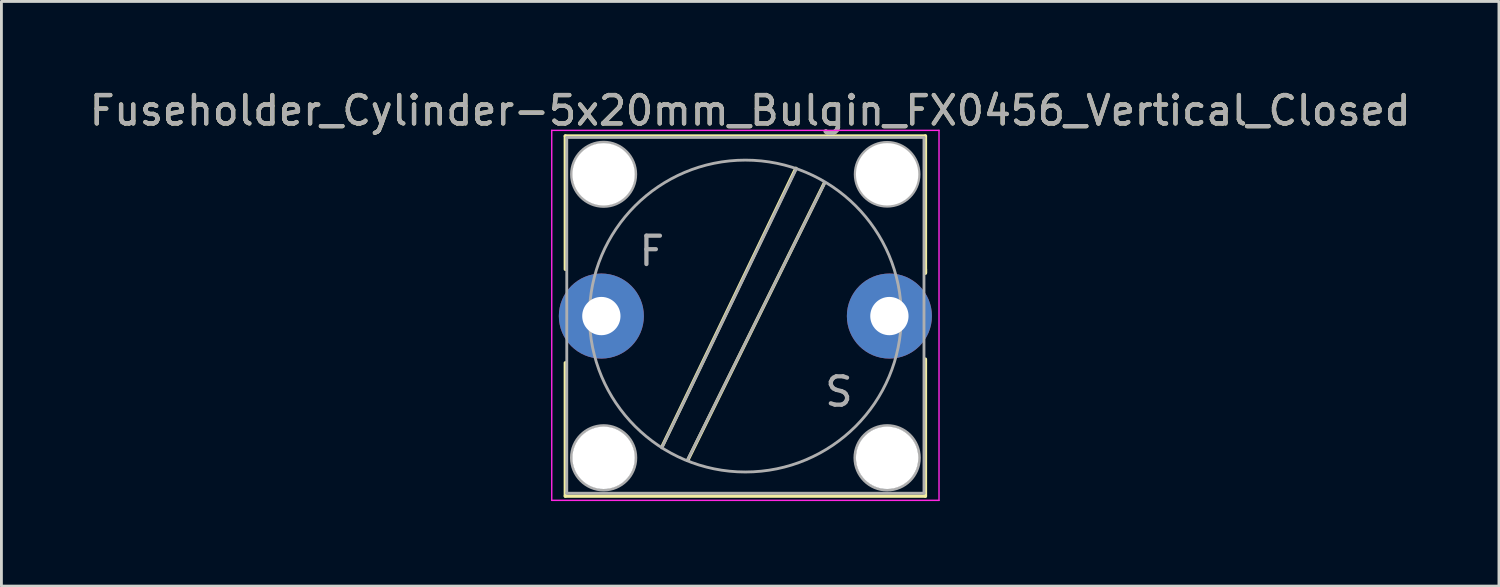
<source format=kicad_pcb>
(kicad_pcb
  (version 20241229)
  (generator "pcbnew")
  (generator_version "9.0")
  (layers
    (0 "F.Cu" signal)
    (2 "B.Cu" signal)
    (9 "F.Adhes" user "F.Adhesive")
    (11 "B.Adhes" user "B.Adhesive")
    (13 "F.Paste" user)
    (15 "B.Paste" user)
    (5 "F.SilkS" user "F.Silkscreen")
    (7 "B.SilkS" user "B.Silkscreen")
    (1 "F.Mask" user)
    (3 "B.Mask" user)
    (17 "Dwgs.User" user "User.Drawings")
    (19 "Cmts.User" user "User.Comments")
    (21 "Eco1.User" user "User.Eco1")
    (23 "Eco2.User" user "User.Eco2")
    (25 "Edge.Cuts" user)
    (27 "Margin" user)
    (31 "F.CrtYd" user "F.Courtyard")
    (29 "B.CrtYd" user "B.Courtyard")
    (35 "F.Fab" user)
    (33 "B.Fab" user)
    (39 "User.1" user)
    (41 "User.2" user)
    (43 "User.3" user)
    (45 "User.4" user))
  (footprint "Fuseholder_Cylinder-5x20mm_Bulgin_FX0456_Vertical_Closed"
    (layer "F.Cu")
    (at 18.161 8.098)
    (property "Reference" "Fuseholder_Cylinder-5x20mm_Bulgin_FX0456_Vertical_Closed" (at 5.25 -7.25 0) (layer "F.SilkS") (effects (font (size 1 1) (thickness 0.15))))
    (attr through_hole)
    (fp_line (start -1.27 -6.35) (end -1.27 -1.65) (stroke (width 0.12) (type solid)) (layer "F.SilkS"))
    (fp_line (start -1.27 6.35) (end -1.27 1.65) (stroke (width 0.12) (type solid)) (layer "F.SilkS"))
    (fp_line (start -1.27 6.35) (end 11.43 6.35) (stroke (width 0.12) (type solid)) (layer "F.SilkS"))
    (fp_line (start 6.86 -5.21) (end 2.16 4.57) (stroke (width 0.12) (type solid)) (layer "F.SilkS"))
    (fp_line (start 7.87 -4.7) (end 3.05 5.08) (stroke (width 0.12) (type solid)) (layer "F.SilkS"))
    (fp_line (start 11.43 -6.35) (end -1.27 -6.35) (stroke (width 0.12) (type solid)) (layer "F.SilkS"))
    (fp_line (start 11.43 -6.35) (end 11.43 -1.52) (stroke (width 0.12) (type solid)) (layer "F.SilkS"))
    (fp_line (start 11.43 -1.52) (end 11.43 -1.65) (stroke (width 0.12) (type solid)) (layer "F.SilkS"))
    (fp_line (start 11.43 6.35) (end 11.43 1.52) (stroke (width 0.12) (type solid)) (layer "F.SilkS"))
    (fp_line (start -1.75 -6.55) (end -1.75 6.5) (stroke (width 0.05) (type solid)) (layer "F.CrtYd"))
    (fp_line (start -1.75 -6.55) (end 11.91 -6.55) (stroke (width 0.05) (type solid)) (layer "F.CrtYd"))
    (fp_line (start 11.91 6.5) (end -1.75 6.5) (stroke (width 0.05) (type solid)) (layer "F.CrtYd"))
    (fp_line (start 11.91 6.5) (end 11.91 -6.55) (stroke (width 0.05) (type solid)) (layer "F.CrtYd"))
    (fp_line (start -1.22 -6.3) (end -1.22 6.25) (stroke (width 0.1) (type solid)) (layer "F.Fab"))
    (fp_line (start -1.22 6.25) (end 11.38 6.25) (stroke (width 0.1) (type solid)) (layer "F.Fab"))
    (fp_line (start 3.03 5.1) (end 7.88 -4.7) (stroke (width 0.1) (type solid)) (layer "F.Fab"))
    (fp_line (start 6.88 -5.2) (end 2.13 4.65) (stroke (width 0.1) (type solid)) (layer "F.Fab"))
    (fp_line (start 11.38 -6.3) (end -1.22 -6.3) (stroke (width 0.1) (type solid)) (layer "F.Fab"))
    (fp_line (start 11.38 6.25) (end 11.38 -6.3) (stroke (width 0.1) (type solid)) (layer "F.Fab"))
    (fp_circle (center 0.08 -5) (end 0.48 -3.94) (stroke (width 0.1) (type solid)) (fill no) (layer "F.Fab"))
    (fp_circle (center 0.08 5) (end 0.58 6.02) (stroke (width 0.1) (type solid)) (fill no) (layer "F.Fab"))
    (fp_circle (center 5.08 0) (end 5.13 5.5) (stroke (width 0.1) (type solid)) (fill no) (layer "F.Fab"))
    (fp_circle (center 10.08 -5) (end 10.46 -3.94) (stroke (width 0.1) (type solid)) (fill no) (layer "F.Fab"))
    (fp_circle (center 10.08 5) (end 10.64 5.99) (stroke (width 0.1) (type solid)) (fill no) (layer "F.Fab"))
    (fp_text user "${REFERENCE}" (at 5.25 -7.25 0) (layer "F.Fab") (effects (font (size 1 1) (thickness 0.15))))
    (fp_text user "S" (at 8.38 2.67 0) (layer "F.Fab") (effects (font (size 1 1) (thickness 0.15))))
    (fp_text user "F" (at 1.78 -2.29 0) (layer "F.Fab") (effects (font (size 1 1) (thickness 0.15))))
    (pad "" np_thru_hole circle (at 0.08 -5) (size 2.2 2.2) (drill 2.2) (layers "*.Cu" "*.Mask"))
    (pad "" np_thru_hole circle (at 0.08 5) (size 2.2 2.2) (drill 2.2) (layers "*.Cu" "*.Mask"))
    (pad "" np_thru_hole circle (at 10.08 -5) (size 2.2 2.2) (drill 2.2) (layers "*.Cu" "*.Mask"))
    (pad "" np_thru_hole circle (at 10.08 5) (size 2.2 2.2) (drill 2.2) (layers "*.Cu" "*.Mask"))
    (pad "1" thru_hole circle (at 0 0) (size 3 3) (drill 1.35) (layers "*.Cu" "*.Mask"))
    (pad "2" thru_hole circle (at 10.16 0) (size 3 3) (drill 1.35) (layers "*.Cu" "*.Mask")))
  (gr_rect
    (start -3 -3)
    (end 49.821 17.623)
    (stroke (width 0.1) (type default))
    (fill no)
    (layer "Edge.Cuts")))
</source>
